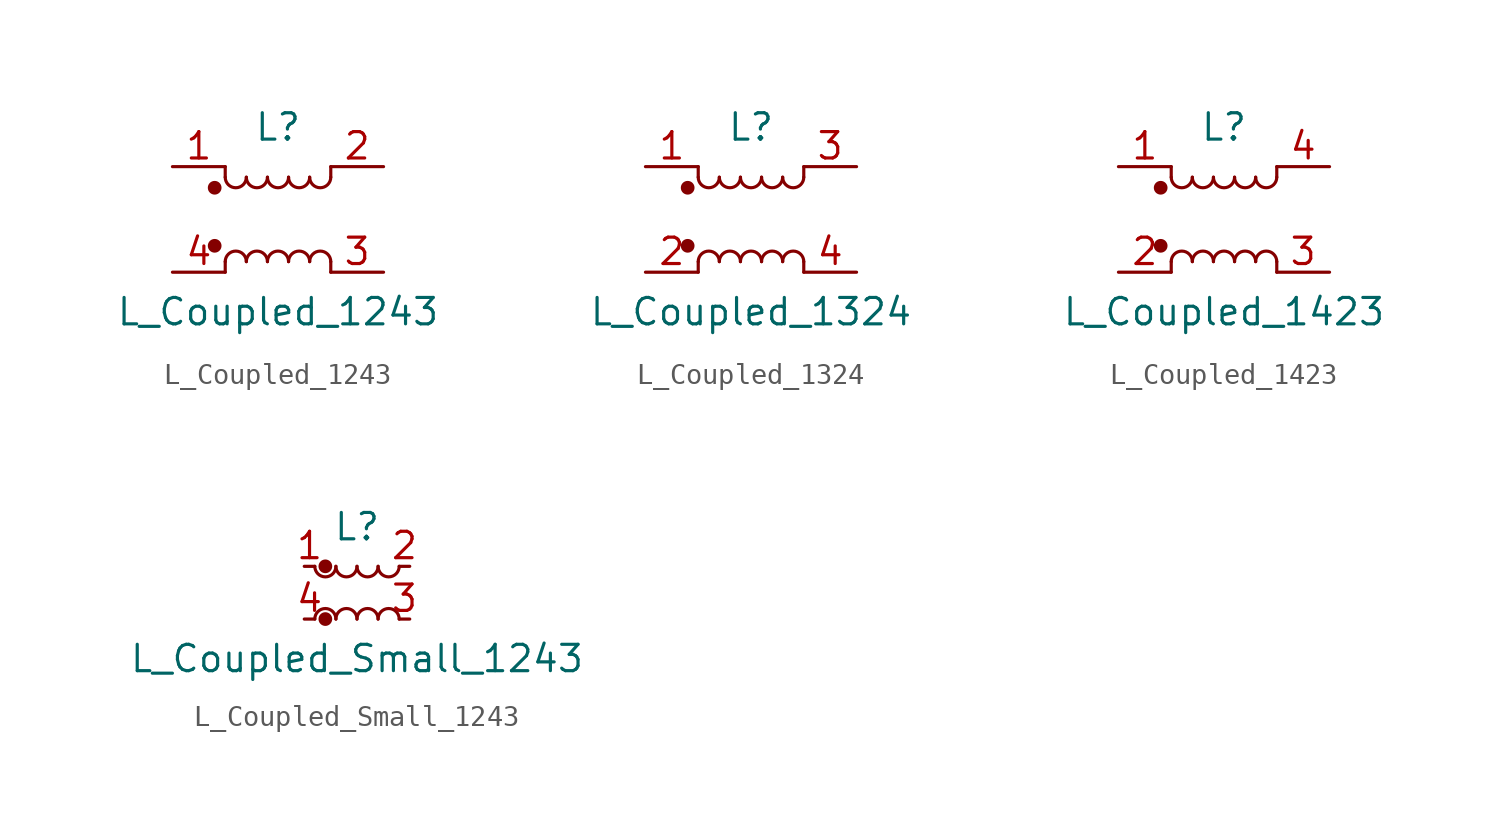
<source format=kicad_sym>
(kicad_symbol_lib
  (version 20211014)
  (generator kicad_symbol_editor)
  (symbol "L_Coupled_1243"
    (pin_names
      (offset 0.254) hide)
    (property "Reference" "L"
      (at 0 4.445 0)
      (effects (font (size 1.27 1.27))))
    (property "Value" "L_Coupled_1243"
      (at 0 -4.445 0)
      (effects (font (size 1.27 1.27))))
    (symbol "L_Coupled_1243_0_1"
      (circle (center -3.048 -1.27) (radius 0.254) (stroke (width 0) (type default) (color 0 0 0 0)) (fill (type outline)))
      (circle (center -3.048 1.524) (radius 0.254) (stroke (width 0) (type default) (color 0 0 0 0)) (fill (type outline)))
      (arc (start -2.54 2.032) (mid -2.032 1.524) (end -1.524 2.032) (stroke (width 0) (type default) (color 0 0 0 0)) (fill (type none)))
      (arc (start -1.524 -2.032) (mid -2.032 -1.524) (end -2.54 -2.032) (stroke (width 0) (type default) (color 0 0 0 0)) (fill (type none)))
      (arc (start -1.524 2.032) (mid -1.016 1.524) (end -0.508 2.032) (stroke (width 0) (type default) (color 0 0 0 0)) (fill (type none)))
      (arc (start -0.508 -2.032) (mid -1.016 -1.524) (end -1.524 -2.032) (stroke (width 0) (type default) (color 0 0 0 0)) (fill (type none)))
      (arc (start -0.508 2.032) (mid 0 1.524) (end 0.508 2.032) (stroke (width 0) (type default) (color 0 0 0 0)) (fill (type none)))
      (polyline (pts (xy -2.54 -2.032) (xy -2.54 -2.54)) (stroke (width 0) (type default) (color 0 0 0 0)) (fill (type none)))
      (polyline (pts (xy -2.54 2.032) (xy -2.54 2.54)) (stroke (width 0) (type default) (color 0 0 0 0)) (fill (type none)))
      (polyline (pts (xy 2.54 -2.032) (xy 2.54 -2.54)) (stroke (width 0) (type default) (color 0 0 0 0)) (fill (type none)))
      (polyline (pts (xy 2.54 2.54) (xy 2.54 2.032)) (stroke (width 0) (type default) (color 0 0 0 0)) (fill (type none)))
      (arc (start 0.508 -2.032) (mid 0 -1.524) (end -0.508 -2.032) (stroke (width 0) (type default) (color 0 0 0 0)) (fill (type none)))
      (arc (start 0.508 2.032) (mid 1.016 1.524) (end 1.524 2.032) (stroke (width 0) (type default) (color 0 0 0 0)) (fill (type none)))
      (arc (start 1.524 -2.032) (mid 1.016 -1.524) (end 0.508 -2.032) (stroke (width 0) (type default) (color 0 0 0 0)) (fill (type none)))
      (arc (start 1.524 2.032) (mid 2.032 1.524) (end 2.54 2.032) (stroke (width 0) (type default) (color 0 0 0 0)) (fill (type none)))
      (arc (start 2.54 -2.032) (mid 2.032 -1.524) (end 1.524 -2.032) (stroke (width 0) (type default) (color 0 0 0 0)) (fill (type none))))
    (symbol "L_Coupled_1243_1_1"
      (pin passive line (at -5.08 2.54 0) (length 2.54) (name "1" (effects (font (size 1.27 1.27)))) (number "1" (effects (font (size 1.27 1.27)))))
      (pin passive line (at 5.08 2.54 180) (length 2.54) (name "2" (effects (font (size 1.27 1.27)))) (number "2" (effects (font (size 1.27 1.27)))))
      (pin passive line (at 5.08 -2.54 180) (length 2.54) (name "3" (effects (font (size 1.27 1.27)))) (number "3" (effects (font (size 1.27 1.27)))))
      (pin passive line (at -5.08 -2.54 0) (length 2.54) (name "4" (effects (font (size 1.27 1.27)))) (number "4" (effects (font (size 1.27 1.27)))))))
  (symbol "L_Coupled_1324"
    (pin_names
      (offset 0.254) hide)
    (property "Reference" "L"
      (at 0 4.445 0)
      (effects (font (size 1.27 1.27))))
    (property "Value" "L_Coupled_1324"
      (at 0 -4.445 0)
      (effects (font (size 1.27 1.27))))
    (symbol "L_Coupled_1324_0_1"
      (circle (center -3.048 -1.27) (radius 0.254) (stroke (width 0) (type default) (color 0 0 0 0)) (fill (type outline)))
      (circle (center -3.048 1.524) (radius 0.254) (stroke (width 0) (type default) (color 0 0 0 0)) (fill (type outline)))
      (arc (start -2.54 2.032) (mid -2.032 1.524) (end -1.524 2.032) (stroke (width 0) (type default) (color 0 0 0 0)) (fill (type none)))
      (arc (start -1.524 -2.032) (mid -2.032 -1.524) (end -2.54 -2.032) (stroke (width 0) (type default) (color 0 0 0 0)) (fill (type none)))
      (arc (start -1.524 2.032) (mid -1.016 1.524) (end -0.508 2.032) (stroke (width 0) (type default) (color 0 0 0 0)) (fill (type none)))
      (arc (start -0.508 -2.032) (mid -1.016 -1.524) (end -1.524 -2.032) (stroke (width 0) (type default) (color 0 0 0 0)) (fill (type none)))
      (arc (start -0.508 2.032) (mid 0 1.524) (end 0.508 2.032) (stroke (width 0) (type default) (color 0 0 0 0)) (fill (type none)))
      (polyline (pts (xy -2.54 -2.032) (xy -2.54 -2.54)) (stroke (width 0) (type default) (color 0 0 0 0)) (fill (type none)))
      (polyline (pts (xy -2.54 2.032) (xy -2.54 2.54)) (stroke (width 0) (type default) (color 0 0 0 0)) (fill (type none)))
      (polyline (pts (xy 2.54 -2.032) (xy 2.54 -2.54)) (stroke (width 0) (type default) (color 0 0 0 0)) (fill (type none)))
      (polyline (pts (xy 2.54 2.54) (xy 2.54 2.032)) (stroke (width 0) (type default) (color 0 0 0 0)) (fill (type none)))
      (arc (start 0.508 -2.032) (mid 0 -1.524) (end -0.508 -2.032) (stroke (width 0) (type default) (color 0 0 0 0)) (fill (type none)))
      (arc (start 0.508 2.032) (mid 1.016 1.524) (end 1.524 2.032) (stroke (width 0) (type default) (color 0 0 0 0)) (fill (type none)))
      (arc (start 1.524 -2.032) (mid 1.016 -1.524) (end 0.508 -2.032) (stroke (width 0) (type default) (color 0 0 0 0)) (fill (type none)))
      (arc (start 1.524 2.032) (mid 2.032 1.524) (end 2.54 2.032) (stroke (width 0) (type default) (color 0 0 0 0)) (fill (type none)))
      (arc (start 2.54 -2.032) (mid 2.032 -1.524) (end 1.524 -2.032) (stroke (width 0) (type default) (color 0 0 0 0)) (fill (type none))))
    (symbol "L_Coupled_1324_1_1"
      (pin passive line (at -5.08 2.54 0) (length 2.54) (name "1" (effects (font (size 1.27 1.27)))) (number "1" (effects (font (size 1.27 1.27)))))
      (pin passive line (at -5.08 -2.54 0) (length 2.54) (name "2" (effects (font (size 1.27 1.27)))) (number "2" (effects (font (size 1.27 1.27)))))
      (pin passive line (at 5.08 2.54 180) (length 2.54) (name "3" (effects (font (size 1.27 1.27)))) (number "3" (effects (font (size 1.27 1.27)))))
      (pin passive line (at 5.08 -2.54 180) (length 2.54) (name "4" (effects (font (size 1.27 1.27)))) (number "4" (effects (font (size 1.27 1.27)))))))
  (symbol "L_Coupled_1423"
    (pin_names
      (offset 0.254) hide)
    (property "Reference" "L"
      (at 0 4.445 0)
      (effects (font (size 1.27 1.27))))
    (property "Value" "L_Coupled_1423"
      (at 0 -4.445 0)
      (effects (font (size 1.27 1.27))))
    (symbol "L_Coupled_1423_0_1"
      (circle (center -3.048 -1.27) (radius 0.254) (stroke (width 0) (type default) (color 0 0 0 0)) (fill (type outline)))
      (circle (center -3.048 1.524) (radius 0.254) (stroke (width 0) (type default) (color 0 0 0 0)) (fill (type outline)))
      (arc (start -2.54 2.032) (mid -2.032 1.524) (end -1.524 2.032) (stroke (width 0) (type default) (color 0 0 0 0)) (fill (type none)))
      (arc (start -1.524 -2.032) (mid -2.032 -1.524) (end -2.54 -2.032) (stroke (width 0) (type default) (color 0 0 0 0)) (fill (type none)))
      (arc (start -1.524 2.032) (mid -1.016 1.524) (end -0.508 2.032) (stroke (width 0) (type default) (color 0 0 0 0)) (fill (type none)))
      (arc (start -0.508 -2.032) (mid -1.016 -1.524) (end -1.524 -2.032) (stroke (width 0) (type default) (color 0 0 0 0)) (fill (type none)))
      (arc (start -0.508 2.032) (mid 0 1.524) (end 0.508 2.032) (stroke (width 0) (type default) (color 0 0 0 0)) (fill (type none)))
      (polyline (pts (xy -2.54 -2.032) (xy -2.54 -2.54)) (stroke (width 0) (type default) (color 0 0 0 0)) (fill (type none)))
      (polyline (pts (xy -2.54 2.032) (xy -2.54 2.54)) (stroke (width 0) (type default) (color 0 0 0 0)) (fill (type none)))
      (polyline (pts (xy 2.54 -2.032) (xy 2.54 -2.54)) (stroke (width 0) (type default) (color 0 0 0 0)) (fill (type none)))
      (polyline (pts (xy 2.54 2.54) (xy 2.54 2.032)) (stroke (width 0) (type default) (color 0 0 0 0)) (fill (type none)))
      (arc (start 0.508 -2.032) (mid 0 -1.524) (end -0.508 -2.032) (stroke (width 0) (type default) (color 0 0 0 0)) (fill (type none)))
      (arc (start 0.508 2.032) (mid 1.016 1.524) (end 1.524 2.032) (stroke (width 0) (type default) (color 0 0 0 0)) (fill (type none)))
      (arc (start 1.524 -2.032) (mid 1.016 -1.524) (end 0.508 -2.032) (stroke (width 0) (type default) (color 0 0 0 0)) (fill (type none)))
      (arc (start 1.524 2.032) (mid 2.032 1.524) (end 2.54 2.032) (stroke (width 0) (type default) (color 0 0 0 0)) (fill (type none)))
      (arc (start 2.54 -2.032) (mid 2.032 -1.524) (end 1.524 -2.032) (stroke (width 0) (type default) (color 0 0 0 0)) (fill (type none))))
    (symbol "L_Coupled_1423_1_1"
      (pin passive line (at -5.08 2.54 0) (length 2.54) (name "1" (effects (font (size 1.27 1.27)))) (number "1" (effects (font (size 1.27 1.27)))))
      (pin passive line (at -5.08 -2.54 0) (length 2.54) (name "2" (effects (font (size 1.27 1.27)))) (number "2" (effects (font (size 1.27 1.27)))))
      (pin passive line (at 5.08 -2.54 180) (length 2.54) (name "3" (effects (font (size 1.27 1.27)))) (number "3" (effects (font (size 1.27 1.27)))))
      (pin passive line (at 5.08 2.54 180) (length 2.54) (name "4" (effects (font (size 1.27 1.27)))) (number "4" (effects (font (size 1.27 1.27)))))))
  (symbol "L_Coupled_Small_1243"
    (pin_names
      (offset 0.254) hide)
    (property "Reference" "L"
      (at 0 3.175 0)
      (effects (font (size 1.27 1.27))))
    (property "Value" "L_Coupled_Small_1243"
      (at 0 -3.175 0)
      (effects (font (size 1.27 1.27))))
    (symbol "L_Coupled_Small_1243_0_1"
      (arc (start -2.032 1.27) (mid -1.524 0.762) (end -1.016 1.27) (stroke (width 0) (type default) (color 0 0 0 0)) (fill (type none)))
      (circle (center -1.524 -1.27) (radius 0.254) (stroke (width 0) (type default) (color 0 0 0 0)) (fill (type outline)))
      (circle (center -1.524 1.27) (radius 0.254) (stroke (width 0) (type default) (color 0 0 0 0)) (fill (type outline)))
      (arc (start -1.016 -1.27) (mid -1.524 -0.762) (end -2.032 -1.27) (stroke (width 0) (type default) (color 0 0 0 0)) (fill (type none)))
      (arc (start -1.016 1.27) (mid -0.508 0.762) (end 0 1.27) (stroke (width 0) (type default) (color 0 0 0 0)) (fill (type none)))
      (arc (start 0 -1.27) (mid -0.508 -0.762) (end -1.016 -1.27) (stroke (width 0) (type default) (color 0 0 0 0)) (fill (type none)))
      (arc (start 0 1.27) (mid 0.508 0.762) (end 1.016 1.27) (stroke (width 0) (type default) (color 0 0 0 0)) (fill (type none)))
      (arc (start 1.016 -1.27) (mid 0.508 -0.762) (end 0 -1.27) (stroke (width 0) (type default) (color 0 0 0 0)) (fill (type none)))
      (arc (start 1.016 1.27) (mid 1.524 0.762) (end 2.032 1.27) (stroke (width 0) (type default) (color 0 0 0 0)) (fill (type none)))
      (arc (start 2.032 -1.27) (mid 1.524 -0.762) (end 1.016 -1.27) (stroke (width 0) (type default) (color 0 0 0 0)) (fill (type none))))
    (symbol "L_Coupled_Small_1243_1_1"
      (pin passive line (at -2.54 1.27 0) (length 0.508) (name "1" (effects (font (size 1.27 1.27)))) (number "1" (effects (font (size 1.27 1.27)))))
      (pin passive line (at 2.54 1.27 180) (length 0.508) (name "2" (effects (font (size 1.27 1.27)))) (number "2" (effects (font (size 1.27 1.27)))))
      (pin passive line (at 2.54 -1.27 180) (length 0.508) (name "3" (effects (font (size 1.27 1.27)))) (number "3" (effects (font (size 1.27 1.27)))))
      (pin passive line (at -2.54 -1.27 0) (length 0.508) (name "4" (effects (font (size 1.27 1.27)))) (number "4" (effects (font (size 1.27 1.27))))))))
</source>
